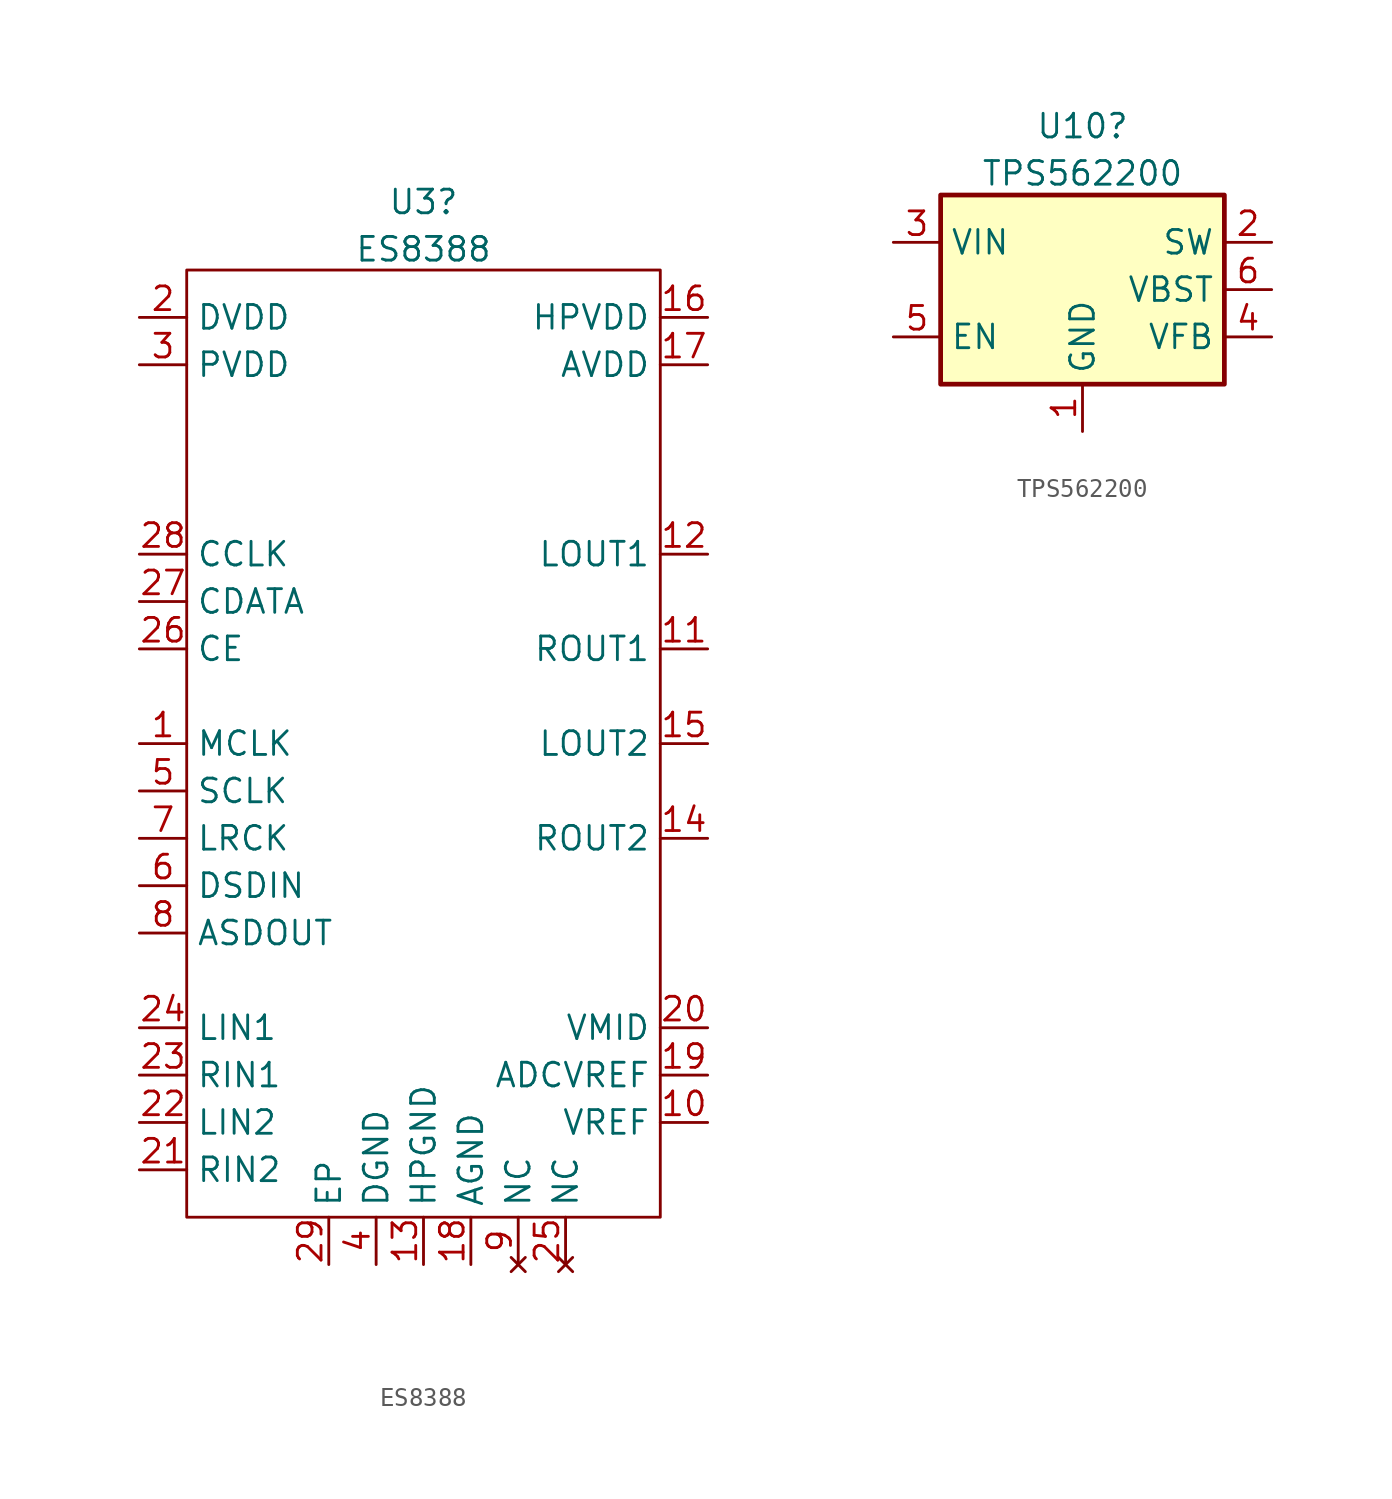
<source format=kicad_sym>
(kicad_symbol_lib
  (version 20211014)
  (generator kicad_symbol_editor)
  (symbol "ES8388"
    (property "Reference" "U3"
      (at 0 29.049 0)
      (effects (font (size 1.27 1.27))))
    (property "Value" "ES8388"
      (at 0 26.512 0)
      (effects (font (size 1.27 1.27))))
    (symbol "ES8388_0_1"
      (rectangle (start -12.7 25.4) (end 12.7 -25.4) (stroke (width 0.152) (type default) (color 0 0 0 0)) (fill (type none))))
    (symbol "ES8388_1_1"
      (pin input line (at -15.24 0 0) (length 2.54) (name "MCLK" (effects (font (size 1.27 1.27)))) (number "1" (effects (font (size 1.27 1.27)))))
      (pin power_out line (at 15.24 -20.32 180) (length 2.54) (name "VREF" (effects (font (size 1.27 1.27)))) (number "10" (effects (font (size 1.27 1.27)))))
      (pin output line (at 15.24 5.08 180) (length 2.54) (name "ROUT1" (effects (font (size 1.27 1.27)))) (number "11" (effects (font (size 1.27 1.27)))))
      (pin output line (at 15.24 10.16 180) (length 2.54) (name "LOUT1" (effects (font (size 1.27 1.27)))) (number "12" (effects (font (size 1.27 1.27)))))
      (pin power_in line (at 0 -27.94 90) (length 2.54) (name "HPGND" (effects (font (size 1.27 1.27)))) (number "13" (effects (font (size 1.27 1.27)))))
      (pin output line (at 15.24 -5.08 180) (length 2.54) (name "ROUT2" (effects (font (size 1.27 1.27)))) (number "14" (effects (font (size 1.27 1.27)))))
      (pin output line (at 15.24 0 180) (length 2.54) (name "LOUT2" (effects (font (size 1.27 1.27)))) (number "15" (effects (font (size 1.27 1.27)))))
      (pin power_in line (at 15.24 22.86 180) (length 2.54) (name "HPVDD" (effects (font (size 1.27 1.27)))) (number "16" (effects (font (size 1.27 1.27)))))
      (pin power_in line (at 15.24 20.32 180) (length 2.54) (name "AVDD" (effects (font (size 1.27 1.27)))) (number "17" (effects (font (size 1.27 1.27)))))
      (pin power_in line (at 2.54 -27.94 90) (length 2.54) (name "AGND" (effects (font (size 1.27 1.27)))) (number "18" (effects (font (size 1.27 1.27)))))
      (pin output line (at 15.24 -17.78 180) (length 2.54) (name "ADCVREF" (effects (font (size 1.27 1.27)))) (number "19" (effects (font (size 1.27 1.27)))))
      (pin power_in line (at -15.24 22.86 0) (length 2.54) (name "DVDD" (effects (font (size 1.27 1.27)))) (number "2" (effects (font (size 1.27 1.27)))))
      (pin output line (at 15.24 -15.24 180) (length 2.54) (name "VMID" (effects (font (size 1.27 1.27)))) (number "20" (effects (font (size 1.27 1.27)))))
      (pin input line (at -15.24 -22.86 0) (length 2.54) (name "RIN2" (effects (font (size 1.27 1.27)))) (number "21" (effects (font (size 1.27 1.27)))))
      (pin input line (at -15.24 -20.32 0) (length 2.54) (name "LIN2" (effects (font (size 1.27 1.27)))) (number "22" (effects (font (size 1.27 1.27)))))
      (pin input line (at -15.24 -17.78 0) (length 2.54) (name "RIN1" (effects (font (size 1.27 1.27)))) (number "23" (effects (font (size 1.27 1.27)))))
      (pin input line (at -15.24 -15.24 0) (length 2.54) (name "LIN1" (effects (font (size 1.27 1.27)))) (number "24" (effects (font (size 1.27 1.27)))))
      (pin no_connect line (at 7.62 -27.94 90) (length 2.54) (name "NC" (effects (font (size 1.27 1.27)))) (number "25" (effects (font (size 1.27 1.27)))))
      (pin input line (at -15.24 5.08 0) (length 2.54) (name "CE" (effects (font (size 1.27 1.27)))) (number "26" (effects (font (size 1.27 1.27)))))
      (pin bidirectional line (at -15.24 7.62 0) (length 2.54) (name "CDATA" (effects (font (size 1.27 1.27)))) (number "27" (effects (font (size 1.27 1.27)))))
      (pin input line (at -15.24 10.16 0) (length 2.54) (name "CCLK" (effects (font (size 1.27 1.27)))) (number "28" (effects (font (size 1.27 1.27)))))
      (pin power_in line (at -5.08 -27.94 90) (length 2.54) (name "EP" (effects (font (size 1.27 1.27)))) (number "29" (effects (font (size 1.27 1.27)))))
      (pin power_in line (at -15.24 20.32 0) (length 2.54) (name "PVDD" (effects (font (size 1.27 1.27)))) (number "3" (effects (font (size 1.27 1.27)))))
      (pin power_in line (at -2.54 -27.94 90) (length 2.54) (name "DGND" (effects (font (size 1.27 1.27)))) (number "4" (effects (font (size 1.27 1.27)))))
      (pin bidirectional line (at -15.24 -2.54 0) (length 2.54) (name "SCLK" (effects (font (size 1.27 1.27)))) (number "5" (effects (font (size 1.27 1.27)))))
      (pin input line (at -15.24 -7.62 0) (length 2.54) (name "DSDIN" (effects (font (size 1.27 1.27)))) (number "6" (effects (font (size 1.27 1.27)))))
      (pin bidirectional line (at -15.24 -5.08 0) (length 2.54) (name "LRCK" (effects (font (size 1.27 1.27)))) (number "7" (effects (font (size 1.27 1.27)))))
      (pin output line (at -15.24 -10.16 0) (length 2.54) (name "ASDOUT" (effects (font (size 1.27 1.27)))) (number "8" (effects (font (size 1.27 1.27)))))
      (pin no_connect line (at 5.08 -27.94 90) (length 2.54) (name "NC" (effects (font (size 1.27 1.27)))) (number "9" (effects (font (size 1.27 1.27)))))))
  (symbol "TPS562200"
    (property "Reference" "U10"
      (at 0 8.78 0)
      (effects (font (size 1.27 1.27))))
    (property "Value" "TPS562200"
      (at 0 6.243 0)
      (effects (font (size 1.27 1.27))))
    (symbol "TPS562200_0_1"
      (rectangle (start -7.62 5.08) (end 7.62 -5.08) (stroke (width 0.254) (type default) (color 0 0 0 0)) (fill (type background))))
    (symbol "TPS562200_1_1"
      (pin power_in line (at 0 -7.62 90) (length 2.54) (name "GND" (effects (font (size 1.27 1.27)))) (number "1" (effects (font (size 1.27 1.27)))))
      (pin output line (at 10.16 2.54 180) (length 2.54) (name "SW" (effects (font (size 1.27 1.27)))) (number "2" (effects (font (size 1.27 1.27)))))
      (pin power_in line (at -10.16 2.54 0) (length 2.54) (name "VIN" (effects (font (size 1.27 1.27)))) (number "3" (effects (font (size 1.27 1.27)))))
      (pin input line (at 10.16 -2.54 180) (length 2.54) (name "VFB" (effects (font (size 1.27 1.27)))) (number "4" (effects (font (size 1.27 1.27)))))
      (pin input line (at -10.16 -2.54 0) (length 2.54) (name "EN" (effects (font (size 1.27 1.27)))) (number "5" (effects (font (size 1.27 1.27)))))
      (pin passive line (at 10.16 0 180) (length 2.54) (name "VBST" (effects (font (size 1.27 1.27)))) (number "6" (effects (font (size 1.27 1.27))))))))
</source>
